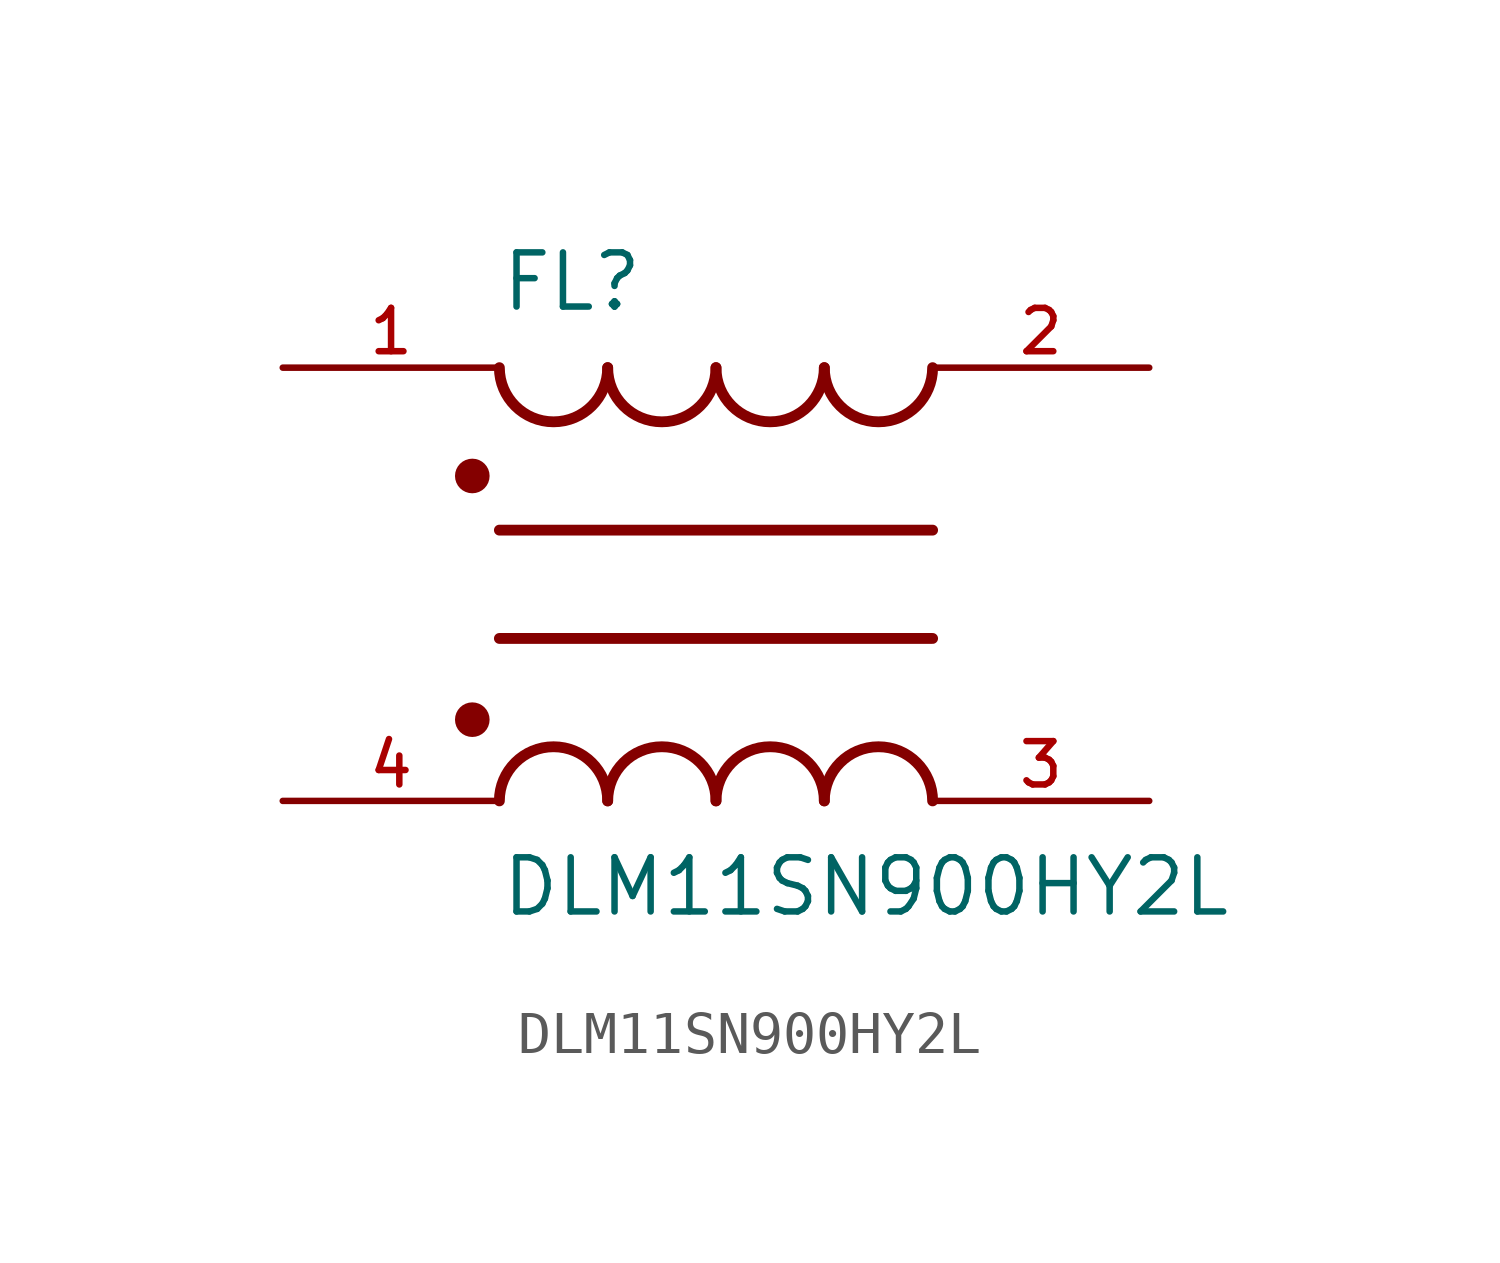
<source format=kicad_sym>
(kicad_symbol_lib
  (version 20211014)
  (generator kicad_symbol_editor)
  (symbol "DLM11SN900HY2L"
    (pin_names
      (offset 1.016))
    (property "Reference" "FL"
      (at -5.08 6.35 0)
      (effects (font (size 1.27 1.27)) (justify bottom left)))
    (property "Value" "DLM11SN900HY2L"
      (at -5.08 -6.35 0)
      (effects (font (size 1.27 1.27)) (justify top left)))
    (symbol "DLM11SN900HY2L_0_0"
      (arc (start -2.54 -5.08) (mid -3.81 -3.81) (end -5.08 -5.08) (stroke (width 0.254) (type default) (color 0 0 0 0)) (fill (type none)))
      (arc (start 0.0 -5.08) (mid -1.27 -3.81) (end -2.54 -5.08) (stroke (width 0.254) (type default) (color 0 0 0 0)) (fill (type none)))
      (arc (start 2.54 -5.08) (mid 1.27 -3.81) (end 0.0 -5.08) (stroke (width 0.254) (type default) (color 0 0 0 0)) (fill (type none)))
      (arc (start 5.08 -5.08) (mid 3.81 -3.81) (end 2.54 -5.08) (stroke (width 0.254) (type default) (color 0 0 0 0)) (fill (type none)))
      (polyline (pts (xy -5.08 -1.27) (xy 5.08 -1.27)) (stroke (width 0.254)))
      (circle (center -5.715 -3.175) (radius 0.203) (stroke (width 0.406)) (fill (type none)))
      (arc (start 2.54 5.08) (mid 3.81 3.81) (end 5.08 5.08) (stroke (width 0.254) (type default) (color 0 0 0 0)) (fill (type none)))
      (arc (start 0.0 5.08) (mid 1.27 3.81) (end 2.54 5.08) (stroke (width 0.254) (type default) (color 0 0 0 0)) (fill (type none)))
      (arc (start -2.54 5.08) (mid -1.27 3.81) (end 0.0 5.08) (stroke (width 0.254) (type default) (color 0 0 0 0)) (fill (type none)))
      (arc (start -5.08 5.08) (mid -3.81 3.81) (end -2.54 5.08) (stroke (width 0.254) (type default) (color 0 0 0 0)) (fill (type none)))
      (polyline (pts (xy 5.08 1.27) (xy -5.08 1.27)) (stroke (width 0.254)))
      (circle (center -5.715 2.54) (radius 0.203) (stroke (width 0.406)) (fill (type none)))
      (pin passive line (at -10.16 -5.08 0) (length 5.08) (name "~" (effects (font (size 1.016 1.016)))) (number "4" (effects (font (size 1.016 1.016)))))
      (pin passive line (at 10.16 -5.08 180.0) (length 5.08) (name "~" (effects (font (size 1.016 1.016)))) (number "3" (effects (font (size 1.016 1.016)))))
      (pin passive line (at 10.16 5.08 180.0) (length 5.08) (name "~" (effects (font (size 1.016 1.016)))) (number "2" (effects (font (size 1.016 1.016)))))
      (pin passive line (at -10.16 5.08 0) (length 5.08) (name "~" (effects (font (size 1.016 1.016)))) (number "1" (effects (font (size 1.016 1.016))))))))
</source>
